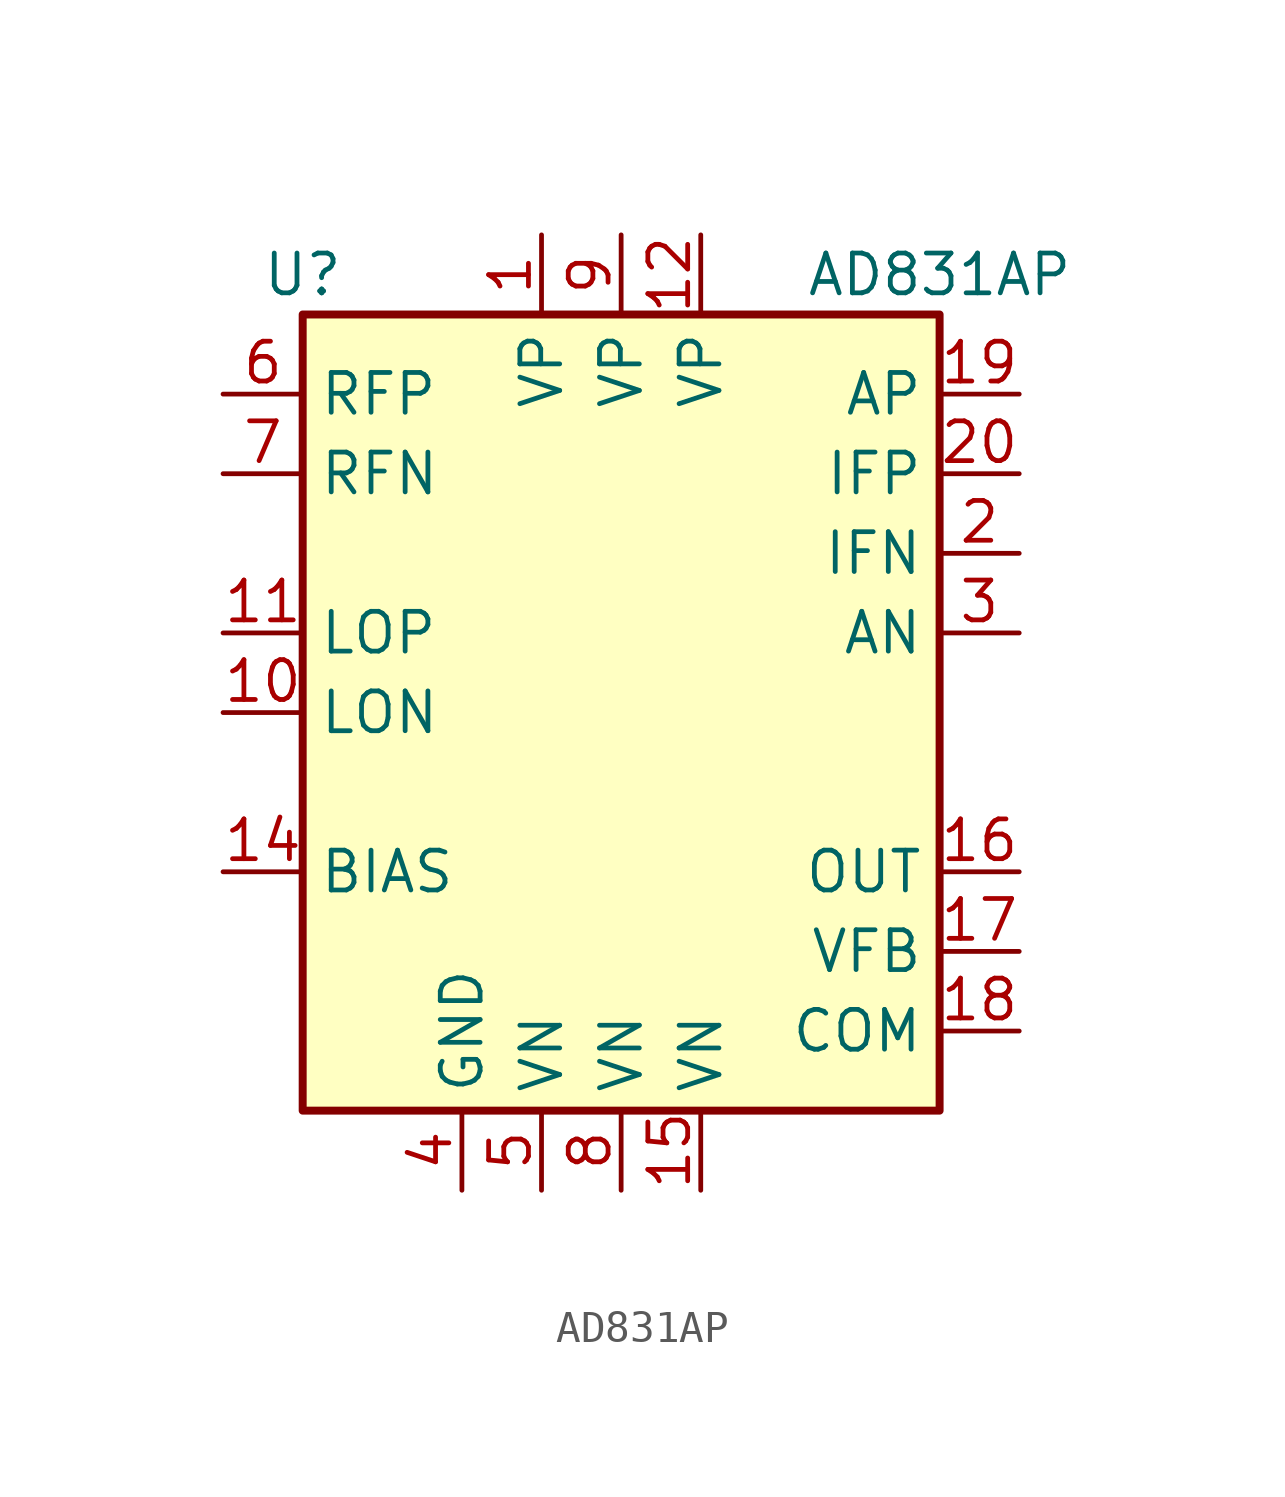
<source format=kicad_sym>
(kicad_symbol_lib
  (version 20201005)
  (generator kicad_symbol_editor)
  (symbol "AD831AP"
    (property "Reference" "U"
      (at -10.16 13.97 0)
      (effects (font (size 1.27 1.27))))
    (property "Value" "AD831AP"
      (at 10.16 13.97 0)
      (effects (font (size 1.27 1.27))))
    (symbol "AD831AP_0_1"
      (rectangle (start 10.16 12.7) (end -10.16 -12.7) (stroke (width 0.254)) (fill (type background))))
    (symbol "AD831AP_1_1"
      (pin power_in line (at -2.54 15.24 270) (length 2.54) (name "VP" (effects (font (size 1.27 1.27)))) (number "1" (effects (font (size 1.27 1.27)))))
      (pin input line (at -12.7 0 0) (length 2.54) (name "LON" (effects (font (size 1.27 1.27)))) (number "10" (effects (font (size 1.27 1.27)))))
      (pin input line (at -12.7 2.54 0) (length 2.54) (name "LOP" (effects (font (size 1.27 1.27)))) (number "11" (effects (font (size 1.27 1.27)))))
      (pin power_in line (at 2.54 15.24 270) (length 2.54) (name "VP" (effects (font (size 1.27 1.27)))) (number "12" (effects (font (size 1.27 1.27)))))
      (pin passive line (at -5.08 -15.24 90) (length 2.54) hide (name "GND" (effects (font (size 1.27 1.27)))) (number "13" (effects (font (size 1.27 1.27)))))
      (pin passive line (at -12.7 -5.08 0) (length 2.54) (name "BIAS" (effects (font (size 1.27 1.27)))) (number "14" (effects (font (size 1.27 1.27)))))
      (pin power_in line (at 2.54 -15.24 90) (length 2.54) (name "VN" (effects (font (size 1.27 1.27)))) (number "15" (effects (font (size 1.27 1.27)))))
      (pin output line (at 12.7 -5.08 180) (length 2.54) (name "OUT" (effects (font (size 1.27 1.27)))) (number "16" (effects (font (size 1.27 1.27)))))
      (pin passive line (at 12.7 -7.62 180) (length 2.54) (name "VFB" (effects (font (size 1.27 1.27)))) (number "17" (effects (font (size 1.27 1.27)))))
      (pin passive line (at 12.7 -10.16 180) (length 2.54) (name "COM" (effects (font (size 1.27 1.27)))) (number "18" (effects (font (size 1.27 1.27)))))
      (pin input line (at 12.7 10.16 180) (length 2.54) (name "AP" (effects (font (size 1.27 1.27)))) (number "19" (effects (font (size 1.27 1.27)))))
      (pin open_collector line (at 12.7 5.08 180) (length 2.54) (name "IFN" (effects (font (size 1.27 1.27)))) (number "2" (effects (font (size 1.27 1.27)))))
      (pin open_collector line (at 12.7 7.62 180) (length 2.54) (name "IFP" (effects (font (size 1.27 1.27)))) (number "20" (effects (font (size 1.27 1.27)))))
      (pin input line (at 12.7 2.54 180) (length 2.54) (name "AN" (effects (font (size 1.27 1.27)))) (number "3" (effects (font (size 1.27 1.27)))))
      (pin power_in line (at -5.08 -15.24 90) (length 2.54) (name "GND" (effects (font (size 1.27 1.27)))) (number "4" (effects (font (size 1.27 1.27)))))
      (pin power_in line (at -2.54 -15.24 90) (length 2.54) (name "VN" (effects (font (size 1.27 1.27)))) (number "5" (effects (font (size 1.27 1.27)))))
      (pin input line (at -12.7 10.16 0) (length 2.54) (name "RFP" (effects (font (size 1.27 1.27)))) (number "6" (effects (font (size 1.27 1.27)))))
      (pin input line (at -12.7 7.62 0) (length 2.54) (name "RFN" (effects (font (size 1.27 1.27)))) (number "7" (effects (font (size 1.27 1.27)))))
      (pin power_in line (at 0 -15.24 90) (length 2.54) (name "VN" (effects (font (size 1.27 1.27)))) (number "8" (effects (font (size 1.27 1.27)))))
      (pin power_in line (at 0 15.24 270) (length 2.54) (name "VP" (effects (font (size 1.27 1.27)))) (number "9" (effects (font (size 1.27 1.27))))))))
</source>
